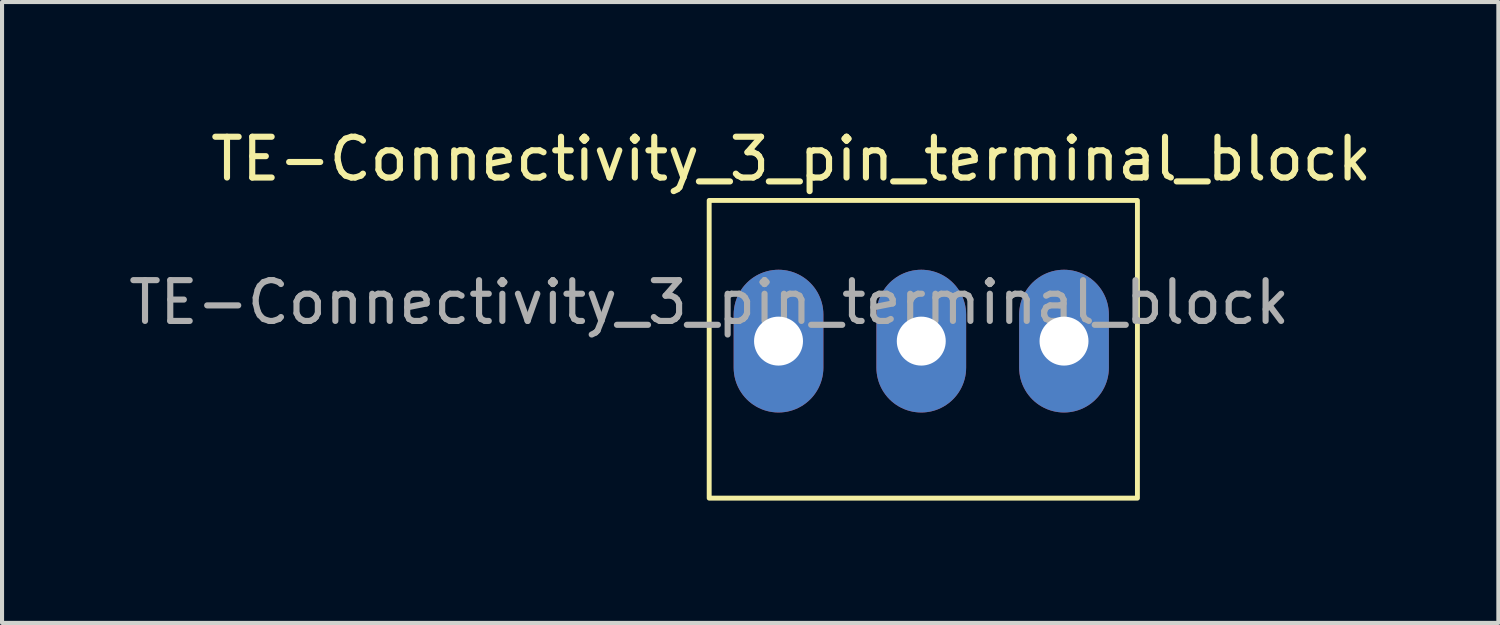
<source format=kicad_pcb>
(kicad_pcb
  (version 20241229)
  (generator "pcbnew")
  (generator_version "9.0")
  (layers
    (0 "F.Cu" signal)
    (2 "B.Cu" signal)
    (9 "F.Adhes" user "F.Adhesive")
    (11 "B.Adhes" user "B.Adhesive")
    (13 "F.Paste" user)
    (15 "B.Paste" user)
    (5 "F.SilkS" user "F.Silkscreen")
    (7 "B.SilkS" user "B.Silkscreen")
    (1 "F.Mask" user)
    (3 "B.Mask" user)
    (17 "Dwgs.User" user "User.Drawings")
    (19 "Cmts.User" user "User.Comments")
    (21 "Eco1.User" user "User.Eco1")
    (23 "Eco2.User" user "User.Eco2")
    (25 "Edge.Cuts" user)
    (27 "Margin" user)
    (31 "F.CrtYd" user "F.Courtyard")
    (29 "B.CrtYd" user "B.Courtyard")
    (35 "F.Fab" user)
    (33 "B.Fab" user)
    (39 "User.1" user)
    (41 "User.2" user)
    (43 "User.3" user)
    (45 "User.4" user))
  (footprint "TE-Connectivity_3_pin_terminal_block"
    (layer "F.Cu")
    (at 14.339 1.864)
    (property "Reference" "TE-Connectivity_3_pin_terminal_block" (at 2.01 -1.016 0) (unlocked yes) (layer "F.SilkS") (effects (font (size 1 1) (thickness 0.15))))
    (attr through_hole)
    (fp_rect (start 0 0) (end 10.5 7.3) (stroke (width 0.12) (type default)) (fill no) (layer "F.SilkS"))
    (fp_text user "${REFERENCE}" (at 0 2.5 0) (unlocked yes) (layer "F.Fab") (effects (font (size 1 1) (thickness 0.15))))
    (pad "1" thru_hole oval (at 1.7 3.45) (size 2.2 3.5) (drill 1.2) (layers "*.Cu" "*.Mask"))
    (pad "2" thru_hole oval (at 5.2 3.45) (size 2.2 3.5) (drill 1.2) (layers "*.Cu" "*.Mask"))
    (pad "3" thru_hole oval (at 8.7 3.45) (size 2.2 3.5) (drill 1.2) (layers "*.Cu" "*.Mask")))
  (gr_rect
    (start -3 -3)
    (end 33.689 12.224)
    (stroke (width 0.1) (type default))
    (fill no)
    (layer "Edge.Cuts")))
</source>
